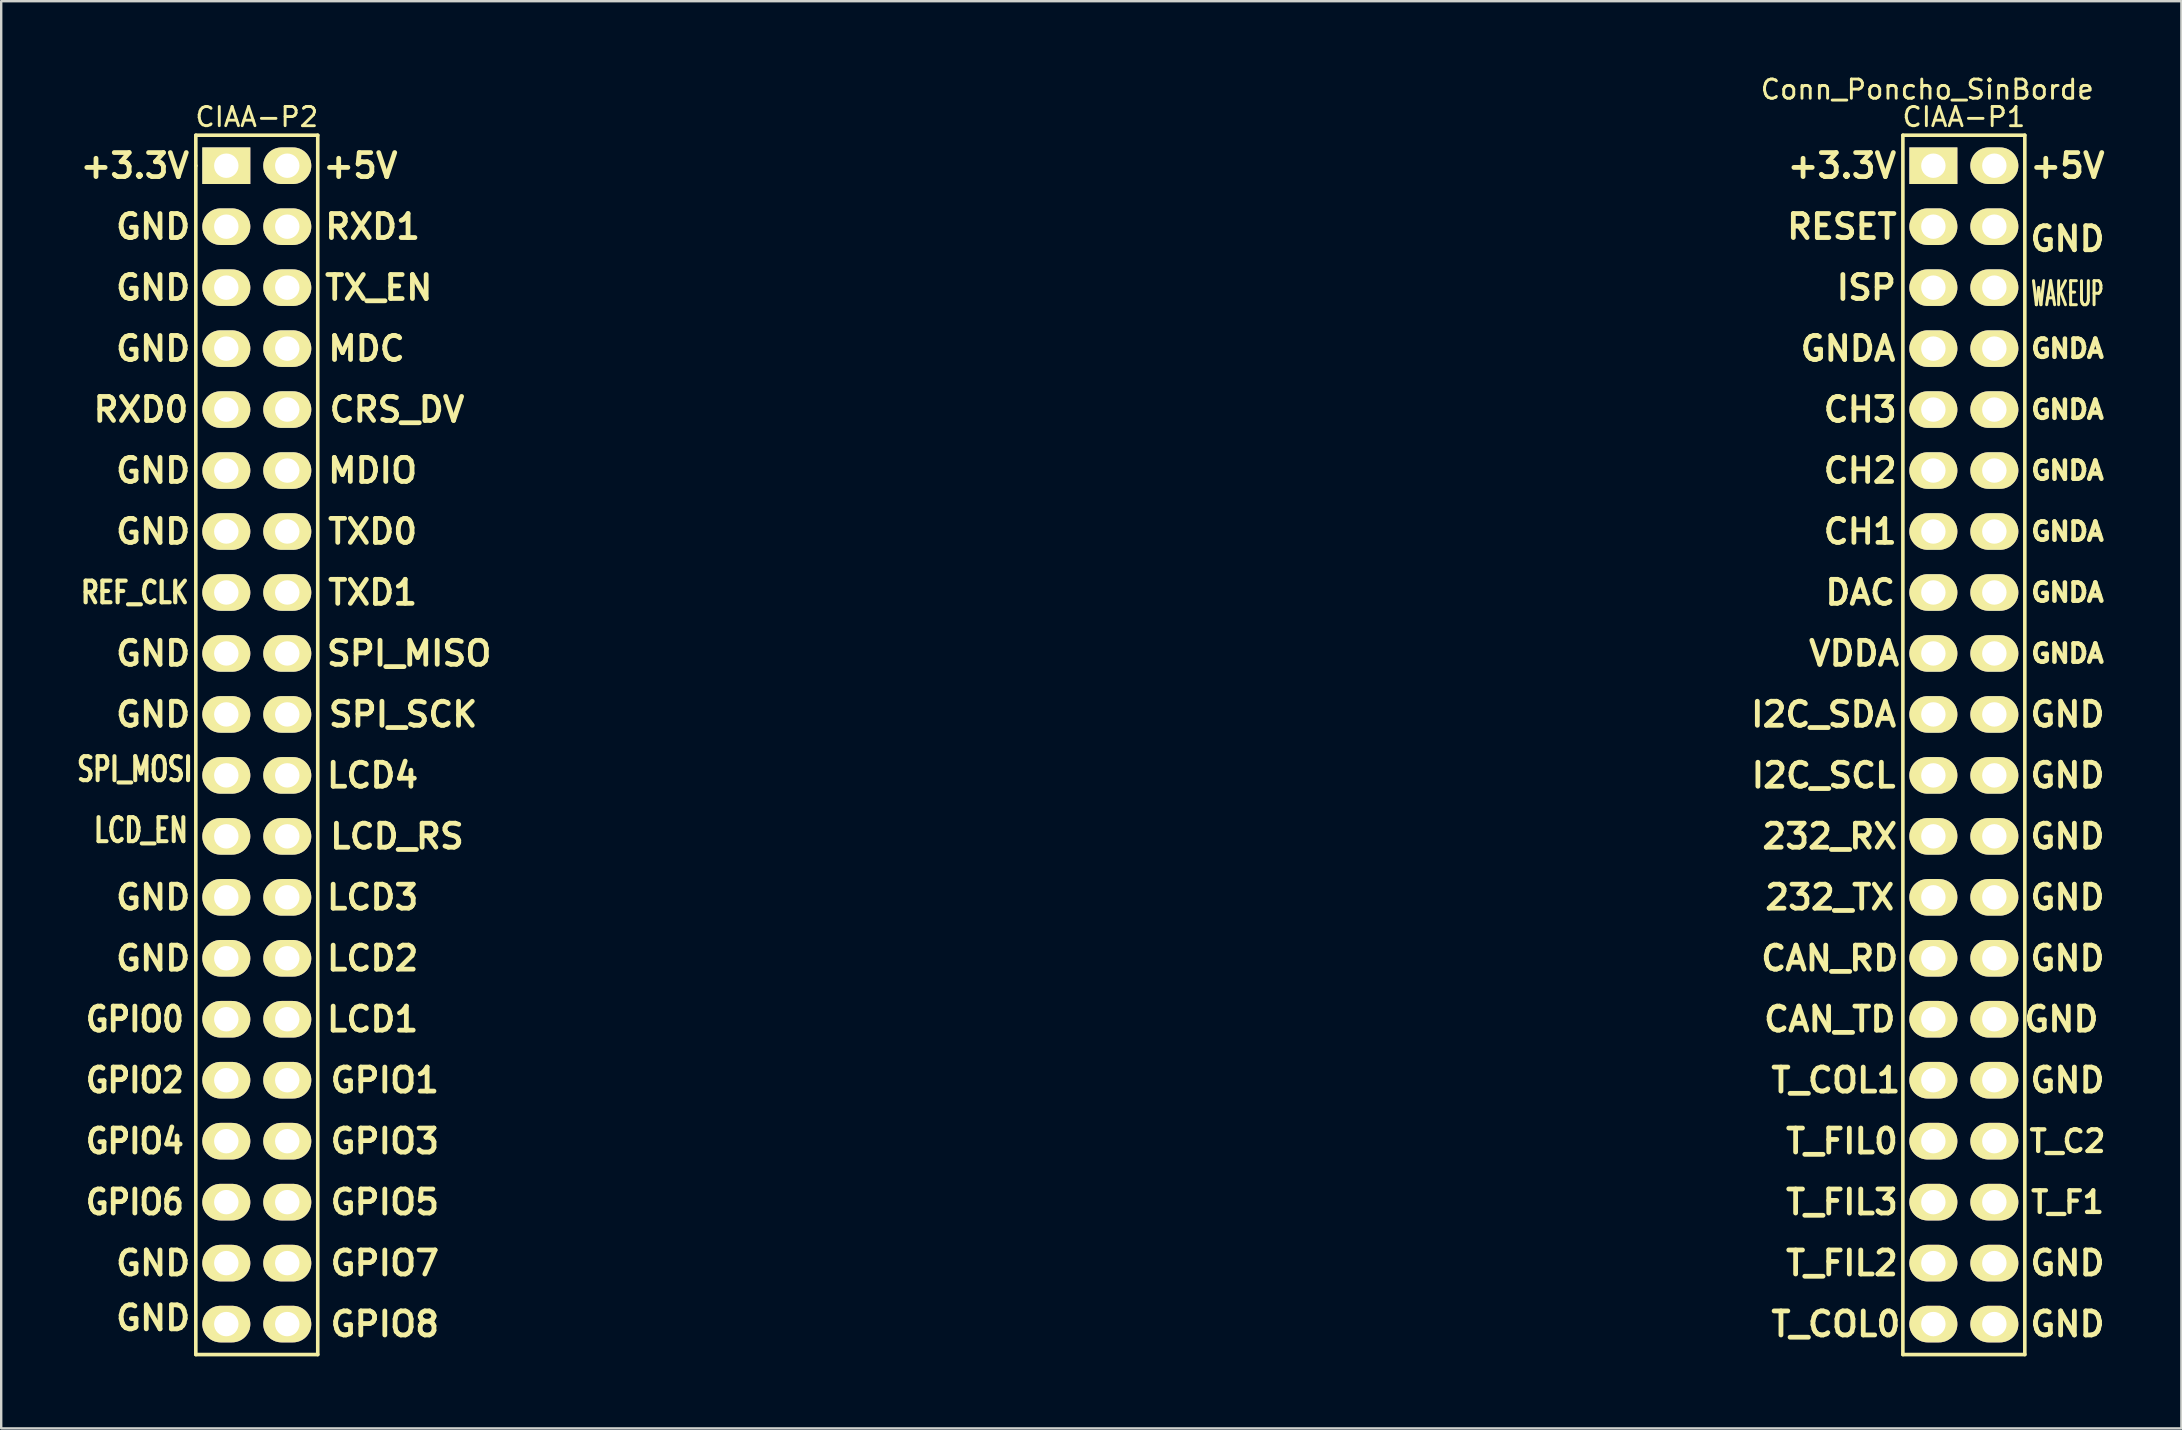
<source format=kicad_pcb>
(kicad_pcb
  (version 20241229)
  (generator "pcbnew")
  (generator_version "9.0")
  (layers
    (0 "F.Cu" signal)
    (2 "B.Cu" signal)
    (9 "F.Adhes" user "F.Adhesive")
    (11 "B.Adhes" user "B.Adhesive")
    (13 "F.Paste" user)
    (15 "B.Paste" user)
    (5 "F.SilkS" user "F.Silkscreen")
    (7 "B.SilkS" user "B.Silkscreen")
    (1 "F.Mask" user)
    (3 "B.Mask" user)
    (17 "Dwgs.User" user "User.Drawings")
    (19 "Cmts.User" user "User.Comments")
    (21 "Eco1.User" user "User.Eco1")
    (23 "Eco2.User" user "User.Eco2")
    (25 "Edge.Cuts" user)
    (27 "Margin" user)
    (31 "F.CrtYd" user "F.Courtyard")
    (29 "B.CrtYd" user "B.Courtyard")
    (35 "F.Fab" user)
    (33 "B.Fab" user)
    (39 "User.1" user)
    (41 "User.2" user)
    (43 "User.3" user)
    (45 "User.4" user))
  (footprint "Conn_Poncho_SinBorde"
    (layer "F.Cu")
    (at 77.498 3.854)
    (property "Reference" "Conn_Poncho_SinBorde" (at -0.254 -3.175 0) (layer "F.SilkS") (effects (font (size 0.8 0.8) (thickness 0.12))))
    (attr through_hole)
    (fp_line (start -72.39 -1.27) (end -67.31 -1.27) (stroke (width 0.15) (type solid)) (layer "F.SilkS"))
    (fp_line (start -72.39 0) (end -72.39 -1.27) (stroke (width 0.15) (type solid)) (layer "F.SilkS"))
    (fp_line (start -72.39 49.53) (end -72.39 0) (stroke (width 0.15) (type solid)) (layer "F.SilkS"))
    (fp_line (start -67.31 -1.27) (end -67.31 49.53) (stroke (width 0.15) (type solid)) (layer "F.SilkS"))
    (fp_line (start -67.31 49.53) (end -72.39 49.53) (stroke (width 0.15) (type solid)) (layer "F.SilkS"))
    (fp_line (start -1.27 49.53) (end -1.27 -1.27) (stroke (width 0.15) (type solid)) (layer "F.SilkS"))
    (fp_line (start 3.81 -1.27) (end -1.27 -1.27) (stroke (width 0.15) (type solid)) (layer "F.SilkS"))
    (fp_line (start 3.81 49.53) (end -1.27 49.53) (stroke (width 0.15) (type solid)) (layer "F.SilkS"))
    (fp_line (start 3.81 49.53) (end 3.81 -1.27) (stroke (width 0.15) (type solid)) (layer "F.SilkS"))
    (fp_text user "GPIO8" (at -64.516 48.26 0) (layer "F.SilkS") (effects (font (size 1 1) (thickness 0.2))))
    (fp_text user "GNDA" (at 5.588 20.32 0) (layer "F.SilkS") (effects (font (size 0.76 0.76) (thickness 0.19))))
    (fp_text user "GND" (at 5.588 3.048 0) (layer "F.SilkS") (effects (font (size 1 1) (thickness 0.2))))
    (fp_text user "+5V" (at 5.588 0 0) (layer "F.SilkS") (effects (font (size 1 1) (thickness 0.2))))
    (fp_text user "I2C_SCL" (at -4.572 25.4 0) (layer "F.SilkS") (effects (font (size 1 1) (thickness 0.2))))
    (fp_text user "GNDA" (at 5.588 7.62 0) (layer "F.SilkS") (effects (font (size 0.76 0.76) (thickness 0.19))))
    (fp_text user "GND" (at -74.168 22.86 0) (layer "F.SilkS") (effects (font (size 1 1) (thickness 0.2))))
    (fp_text user "GNDA" (at -3.556 7.62 0) (layer "F.SilkS") (effects (font (size 1 1) (thickness 0.2))))
    (fp_text user "RXD1" (at -65.024 2.54 0) (layer "F.SilkS") (effects (font (size 1 1) (thickness 0.2))))
    (fp_text user "CH2" (at -3.048 12.7 0) (layer "F.SilkS") (effects (font (size 1 1) (thickness 0.2))))
    (fp_text user "T_FIL3" (at -3.81 43.18 0) (layer "F.SilkS") (effects (font (size 1 1) (thickness 0.2))))
    (fp_text user "GND" (at -74.168 30.48 0) (layer "F.SilkS") (effects (font (size 1 1) (thickness 0.2))))
    (fp_text user "T_C2" (at 5.588 40.64 0) (layer "F.SilkS") (effects (font (size 0.9 0.9) (thickness 0.18))))
    (fp_text user "LCD_RS" (at -64.008 27.94 0) (layer "F.SilkS") (effects (font (size 1 1) (thickness 0.2))))
    (fp_text user "GPIO2" (at -74.93 38.1 0) (layer "F.SilkS") (effects (font (size 1 0.9) (thickness 0.2))))
    (fp_text user "+3.3V" (at -3.81 0 0) (layer "F.SilkS") (effects (font (size 1 1) (thickness 0.2))))
    (fp_text user "MDIO" (at -65.024 12.7 0) (layer "F.SilkS") (effects (font (size 1 1) (thickness 0.2))))
    (fp_text user "LCD2" (at -65.024 33.02 0) (layer "F.SilkS") (effects (font (size 1 1) (thickness 0.2))))
    (fp_text user "CIAA-P1" (at 1.27 -2.032 0) (layer "F.SilkS") (effects (font (size 0.8 0.8) (thickness 0.12))))
    (fp_text user "GND" (at -74.168 7.62 0) (layer "F.SilkS") (effects (font (size 1 1) (thickness 0.2))))
    (fp_text user "GND" (at 5.588 30.48 0) (layer "F.SilkS") (effects (font (size 1 1) (thickness 0.2))))
    (fp_text user "TXD0" (at -65.024 15.24 0) (layer "F.SilkS") (effects (font (size 1 1) (thickness 0.2))))
    (fp_text user "SPI_SCK" (at -63.754 22.86 0) (layer "F.SilkS") (effects (font (size 1 1) (thickness 0.2))))
    (fp_text user "WAKEUP" (at 5.588 5.334 0) (layer "F.SilkS") (effects (font (size 1 0.5) (thickness 0.125))))
    (fp_text user "232_TX" (at -4.318 30.48 0) (layer "F.SilkS") (effects (font (size 1 1) (thickness 0.2))))
    (fp_text user "232_RX" (at -4.318 27.94 0) (layer "F.SilkS") (effects (font (size 1 1) (thickness 0.2))))
    (fp_text user "GND" (at -74.168 5.08 0) (layer "F.SilkS") (effects (font (size 1 1) (thickness 0.2))))
    (fp_text user "I2C_SDA" (at -4.572 22.86 0) (layer "F.SilkS") (effects (font (size 1 1) (thickness 0.2))))
    (fp_text user "T_COL1" (at -4.064 38.1 0) (layer "F.SilkS") (effects (font (size 1 1) (thickness 0.2))))
    (fp_text user "GND" (at 5.334 35.56 0) (layer "F.SilkS") (effects (font (size 1 1) (thickness 0.2))))
    (fp_text user "GPIO5" (at -64.516 43.18 0) (layer "F.SilkS") (effects (font (size 1 1) (thickness 0.2))))
    (fp_text user "T_F1" (at 5.588 43.18 0) (layer "F.SilkS") (effects (font (size 0.9 0.9) (thickness 0.18))))
    (fp_text user "GPIO7" (at -64.516 45.72 0) (layer "F.SilkS") (effects (font (size 1 1) (thickness 0.2))))
    (fp_text user "+3.3V" (at -74.93 0 0) (layer "F.SilkS") (effects (font (size 1 1) (thickness 0.2))))
    (fp_text user "REF_CLK" (at -74.93 17.78 0) (layer "F.SilkS") (effects (font (size 0.9 0.7) (thickness 0.175))))
    (fp_text user "GPIO1" (at -64.516 38.1 0) (layer "F.SilkS") (effects (font (size 1 1) (thickness 0.2))))
    (fp_text user "CH3" (at -3.048 10.16 0) (layer "F.SilkS") (effects (font (size 1 1) (thickness 0.2))))
    (fp_text user "GND" (at -74.168 15.24 0) (layer "F.SilkS") (effects (font (size 1 1) (thickness 0.2))))
    (fp_text user "GNDA" (at 5.588 10.16 0) (layer "F.SilkS") (effects (font (size 0.76 0.76) (thickness 0.19))))
    (fp_text user "GND" (at 5.588 22.86 0) (layer "F.SilkS") (effects (font (size 1 1) (thickness 0.2))))
    (fp_text user "T_FIL2" (at -3.81 45.72 0) (layer "F.SilkS") (effects (font (size 1 1) (thickness 0.2))))
    (fp_text user "TXD1" (at -65.024 17.78 0) (layer "F.SilkS") (effects (font (size 1 1) (thickness 0.2))))
    (fp_text user "CIAA-P2" (at -69.85 -2.032 0) (layer "F.SilkS") (effects (font (size 0.8 0.8) (thickness 0.12))))
    (fp_text user "ISP" (at -2.794 5.08 0) (layer "F.SilkS") (effects (font (size 1 1) (thickness 0.2))))
    (fp_text user "GPIO0" (at -74.93 35.56 0) (layer "F.SilkS") (effects (font (size 1 0.9) (thickness 0.2))))
    (fp_text user "GND" (at -74.168 33.02 0) (layer "F.SilkS") (effects (font (size 1 1) (thickness 0.2))))
    (fp_text user "VDDA" (at -3.302 20.32 0) (layer "F.SilkS") (effects (font (size 1 1) (thickness 0.2))))
    (fp_text user "GND" (at -74.168 45.72 0) (layer "F.SilkS") (effects (font (size 1 1) (thickness 0.2))))
    (fp_text user "GND" (at 5.588 25.4 0) (layer "F.SilkS") (effects (font (size 1 1) (thickness 0.2))))
    (fp_text user "DAC" (at -3.048 17.78 0) (layer "F.SilkS") (effects (font (size 1 1) (thickness 0.2))))
    (fp_text user "LCD1" (at -65.024 35.56 0) (layer "F.SilkS") (effects (font (size 1 1) (thickness 0.2))))
    (fp_text user "GND" (at -74.168 2.54 0) (layer "F.SilkS") (effects (font (size 1 1) (thickness 0.2))))
    (fp_text user "GND" (at -74.168 48.006 0) (layer "F.SilkS") (effects (font (size 1 1) (thickness 0.2))))
    (fp_text user "GPIO4" (at -74.93 40.64 0) (layer "F.SilkS") (effects (font (size 1 0.9) (thickness 0.2))))
    (fp_text user "CAN_TD" (at -4.318 35.56 0) (layer "F.SilkS") (effects (font (size 1 1) (thickness 0.2))))
    (fp_text user "GPIO3" (at -64.516 40.64 0) (layer "F.SilkS") (effects (font (size 1 1) (thickness 0.2))))
    (fp_text user "CAN_RD" (at -4.318 33.02 0) (layer "F.SilkS") (effects (font (size 1 1) (thickness 0.2))))
    (fp_text user "GNDA" (at 5.588 17.78 0) (layer "F.SilkS") (effects (font (size 0.76 0.76) (thickness 0.19))))
    (fp_text user "SPI_MOSI" (at -74.93 25.146 0) (layer "F.SilkS") (effects (font (size 1 0.7) (thickness 0.17))))
    (fp_text user "T_COL0" (at -4.064 48.26 0) (layer "F.SilkS") (effects (font (size 1 1) (thickness 0.2))))
    (fp_text user "GND" (at -74.168 12.7 0) (layer "F.SilkS") (effects (font (size 1 1) (thickness 0.2))))
    (fp_text user "RESET" (at -3.81 2.54 0) (layer "F.SilkS") (effects (font (size 1 1) (thickness 0.2))))
    (fp_text user "LCD3" (at -65.024 30.48 0) (layer "F.SilkS") (effects (font (size 1 1) (thickness 0.2))))
    (fp_text user "CH1" (at -3.048 15.24 0) (layer "F.SilkS") (effects (font (size 1 1) (thickness 0.2))))
    (fp_text user "GND" (at -74.168 20.32 0) (layer "F.SilkS") (effects (font (size 1 1) (thickness 0.2))))
    (fp_text user "T_FIL0" (at -3.81 40.64 0) (layer "F.SilkS") (effects (font (size 1 1) (thickness 0.2))))
    (fp_text user "+5V" (at -65.532 0 0) (layer "F.SilkS") (effects (font (size 1 1) (thickness 0.2))))
    (fp_text user "LCD_EN" (at -74.676 27.686 0) (layer "F.SilkS") (effects (font (size 1 0.7) (thickness 0.17))))
    (fp_text user "TX_EN" (at -64.77 5.08 0) (layer "F.SilkS") (effects (font (size 1 1) (thickness 0.2))))
    (fp_text user "GND" (at 5.588 33.02 0) (layer "F.SilkS") (effects (font (size 1 1) (thickness 0.2))))
    (fp_text user "LCD4" (at -65.024 25.4 0) (layer "F.SilkS") (effects (font (size 1 1) (thickness 0.2))))
    (fp_text user "SPI_MISO" (at -63.5 20.32 0) (layer "F.SilkS") (effects (font (size 1 1) (thickness 0.2))))
    (fp_text user "GND" (at 5.588 48.26 0) (layer "F.SilkS") (effects (font (size 1 1) (thickness 0.2))))
    (fp_text user "GNDA" (at 5.588 15.24 0) (layer "F.SilkS") (effects (font (size 0.76 0.76) (thickness 0.19))))
    (fp_text user "RXD0" (at -74.676 10.16 0) (layer "F.SilkS") (effects (font (size 1 1) (thickness 0.2))))
    (fp_text user "GPIO6" (at -74.93 43.18 0) (layer "F.SilkS") (effects (font (size 1 0.9) (thickness 0.2))))
    (fp_text user "GND" (at 5.588 38.1 0) (layer "F.SilkS") (effects (font (size 1 1) (thickness 0.2))))
    (fp_text user "CRS_DV" (at -64.008 10.16 0) (layer "F.SilkS") (effects (font (size 1 1) (thickness 0.2))))
    (fp_text user "GNDA" (at 5.588 12.7 0) (layer "F.SilkS") (effects (font (size 0.76 0.76) (thickness 0.19))))
    (fp_text user "GND" (at 5.588 27.94 0) (layer "F.SilkS") (effects (font (size 1 1) (thickness 0.2))))
    (fp_text user "GND" (at 5.588 45.72 0) (layer "F.SilkS") (effects (font (size 1 1) (thickness 0.2))))
    (fp_text user "MDC" (at -65.278 7.62 0) (layer "F.SilkS") (effects (font (size 1 1) (thickness 0.2))))
    (pad "1" thru_hole rect (at 0 0 270) (size 1.524 2) (drill 1.016) (layers "*.Cu" "*.Mask" "F.SilkS"))
    (pad "2" thru_hole oval (at 2.54 0 270) (size 1.524 2) (drill 1.016) (layers "*.Cu" "*.Mask" "F.SilkS"))
    (pad "3" thru_hole oval (at 0 2.54 270) (size 1.524 2) (drill 1.016) (layers "*.Cu" "*.Mask" "F.SilkS"))
    (pad "4" thru_hole oval (at 2.54 2.54 270) (size 1.524 2) (drill 1.016) (layers "*.Cu" "*.Mask" "F.SilkS"))
    (pad "5" thru_hole oval (at 0 5.08 270) (size 1.524 2) (drill 1.016) (layers "*.Cu" "*.Mask" "F.SilkS"))
    (pad "6" thru_hole oval (at 2.54 5.08 270) (size 1.524 2) (drill 1.016) (layers "*.Cu" "*.Mask" "F.SilkS"))
    (pad "7" thru_hole oval (at 0 7.62 270) (size 1.524 2) (drill 1.016) (layers "*.Cu" "*.Mask" "F.SilkS"))
    (pad "8" thru_hole oval (at 2.54 7.62 270) (size 1.524 2) (drill 1.016) (layers "*.Cu" "*.Mask" "F.SilkS"))
    (pad "9" thru_hole oval (at 0 10.16 270) (size 1.524 2) (drill 1.016) (layers "*.Cu" "*.Mask" "F.SilkS"))
    (pad "10" thru_hole oval (at 2.54 10.16 270) (size 1.524 2) (drill 1.016) (layers "*.Cu" "*.Mask" "F.SilkS"))
    (pad "11" thru_hole oval (at 0 12.7 270) (size 1.524 2) (drill 1.016) (layers "*.Cu" "*.Mask" "F.SilkS"))
    (pad "12" thru_hole oval (at 2.54 12.7 270) (size 1.524 2) (drill 1.016) (layers "*.Cu" "*.Mask" "F.SilkS"))
    (pad "13" thru_hole oval (at 0 15.24 270) (size 1.524 2) (drill 1.016) (layers "*.Cu" "*.Mask" "F.SilkS"))
    (pad "14" thru_hole oval (at 2.54 15.24 270) (size 1.524 2) (drill 1.016) (layers "*.Cu" "*.Mask" "F.SilkS"))
    (pad "15" thru_hole oval (at 0 17.78 270) (size 1.524 2) (drill 1.016) (layers "*.Cu" "*.Mask" "F.SilkS"))
    (pad "16" thru_hole oval (at 2.54 17.78 270) (size 1.524 2) (drill 1.016) (layers "*.Cu" "*.Mask" "F.SilkS"))
    (pad "17" thru_hole oval (at 0 20.32 270) (size 1.524 2) (drill 1.016) (layers "*.Cu" "*.Mask" "F.SilkS"))
    (pad "18" thru_hole oval (at 2.54 20.32 270) (size 1.524 2) (drill 1.016) (layers "*.Cu" "*.Mask" "F.SilkS"))
    (pad "19" thru_hole oval (at 0 22.86 270) (size 1.524 2) (drill 1.016) (layers "*.Cu" "*.Mask" "F.SilkS"))
    (pad "20" thru_hole oval (at 2.54 22.86 270) (size 1.524 2) (drill 1.016) (layers "*.Cu" "*.Mask" "F.SilkS"))
    (pad "21" thru_hole oval (at 0 25.4 270) (size 1.524 2) (drill 1.016) (layers "*.Cu" "*.Mask" "F.SilkS"))
    (pad "22" thru_hole oval (at 2.54 25.4 270) (size 1.524 2) (drill 1.016) (layers "*.Cu" "*.Mask" "F.SilkS"))
    (pad "23" thru_hole oval (at 0 27.94 270) (size 1.524 2) (drill 1.016) (layers "*.Cu" "*.Mask" "F.SilkS"))
    (pad "24" thru_hole oval (at 2.54 27.94 270) (size 1.524 2) (drill 1.016) (layers "*.Cu" "*.Mask" "F.SilkS"))
    (pad "25" thru_hole oval (at 0 30.48 270) (size 1.524 2) (drill 1.016) (layers "*.Cu" "*.Mask" "F.SilkS"))
    (pad "26" thru_hole oval (at 2.54 30.48 270) (size 1.524 2) (drill 1.016) (layers "*.Cu" "*.Mask" "F.SilkS"))
    (pad "27" thru_hole oval (at 0 33.02 270) (size 1.524 2) (drill 1.016) (layers "*.Cu" "*.Mask" "F.SilkS"))
    (pad "28" thru_hole oval (at 2.54 33.02 270) (size 1.524 2) (drill 1.016) (layers "*.Cu" "*.Mask" "F.SilkS"))
    (pad "29" thru_hole oval (at 0 35.56 270) (size 1.524 2) (drill 1.016) (layers "*.Cu" "*.Mask" "F.SilkS"))
    (pad "30" thru_hole oval (at 2.54 35.56 270) (size 1.524 2) (drill 1.016) (layers "*.Cu" "*.Mask" "F.SilkS"))
    (pad "31" thru_hole oval (at 0 38.1 270) (size 1.524 2) (drill 1.016) (layers "*.Cu" "*.Mask" "F.SilkS"))
    (pad "32" thru_hole oval (at 2.54 38.1 270) (size 1.524 2) (drill 1.016) (layers "*.Cu" "*.Mask" "F.SilkS"))
    (pad "33" thru_hole oval (at 0 40.64 270) (size 1.524 2) (drill 1.016) (layers "*.Cu" "*.Mask" "F.SilkS"))
    (pad "34" thru_hole oval (at 2.54 40.64 270) (size 1.524 2) (drill 1.016) (layers "*.Cu" "*.Mask" "F.SilkS"))
    (pad "35" thru_hole oval (at 0 43.18 270) (size 1.524 2) (drill 1.016) (layers "*.Cu" "*.Mask" "F.SilkS"))
    (pad "36" thru_hole oval (at 2.54 43.18 270) (size 1.524 2) (drill 1.016) (layers "*.Cu" "*.Mask" "F.SilkS"))
    (pad "37" thru_hole oval (at 0 45.72 270) (size 1.524 2) (drill 1.016) (layers "*.Cu" "*.Mask" "F.SilkS"))
    (pad "38" thru_hole oval (at 2.54 45.72 270) (size 1.524 2) (drill 1.016) (layers "*.Cu" "*.Mask" "F.SilkS"))
    (pad "39" thru_hole oval (at 0 48.26 270) (size 1.524 2) (drill 1.016) (layers "*.Cu" "*.Mask" "F.SilkS"))
    (pad "40" thru_hole oval (at 2.54 48.26 270) (size 1.524 2) (drill 1.016) (layers "*.Cu" "*.Mask" "F.SilkS"))
    (pad "41" thru_hole rect (at -71.12 0 270) (size 1.524 2) (drill 1.016) (layers "*.Cu" "*.Mask" "F.SilkS"))
    (pad "42" thru_hole oval (at -68.58 0 270) (size 1.524 2) (drill 1.016) (layers "*.Cu" "*.Mask" "F.SilkS"))
    (pad "43" thru_hole oval (at -71.12 2.54 270) (size 1.524 2) (drill 1.016) (layers "*.Cu" "*.Mask" "F.SilkS"))
    (pad "44" thru_hole oval (at -68.58 2.54 270) (size 1.524 2) (drill 1.016) (layers "*.Cu" "*.Mask" "F.SilkS"))
    (pad "45" thru_hole oval (at -71.12 5.08 270) (size 1.524 2) (drill 1.016) (layers "*.Cu" "*.Mask" "F.SilkS"))
    (pad "46" thru_hole oval (at -68.58 5.08 270) (size 1.524 2) (drill 1.016) (layers "*.Cu" "*.Mask" "F.SilkS"))
    (pad "47" thru_hole oval (at -71.12 7.62 270) (size 1.524 2) (drill 1.016) (layers "*.Cu" "*.Mask" "F.SilkS"))
    (pad "48" thru_hole oval (at -68.58 7.62 270) (size 1.524 2) (drill 1.016) (layers "*.Cu" "*.Mask" "F.SilkS"))
    (pad "49" thru_hole oval (at -71.12 10.16 270) (size 1.524 2) (drill 1.016) (layers "*.Cu" "*.Mask" "F.SilkS"))
    (pad "50" thru_hole oval (at -68.58 10.16 270) (size 1.524 2) (drill 1.016) (layers "*.Cu" "*.Mask" "F.SilkS"))
    (pad "51" thru_hole oval (at -71.12 12.7 270) (size 1.524 2) (drill 1.016) (layers "*.Cu" "*.Mask" "F.SilkS"))
    (pad "52" thru_hole oval (at -68.58 12.7 270) (size 1.524 2) (drill 1.016) (layers "*.Cu" "*.Mask" "F.SilkS"))
    (pad "53" thru_hole oval (at -71.12 15.24 270) (size 1.524 2) (drill 1.016) (layers "*.Cu" "*.Mask" "F.SilkS"))
    (pad "54" thru_hole oval (at -68.58 15.24 270) (size 1.524 2) (drill 1.016) (layers "*.Cu" "*.Mask" "F.SilkS"))
    (pad "55" thru_hole oval (at -71.12 17.78 270) (size 1.524 2) (drill 1.016) (layers "*.Cu" "*.Mask" "F.SilkS"))
    (pad "56" thru_hole oval (at -68.58 17.78 270) (size 1.524 2) (drill 1.016) (layers "*.Cu" "*.Mask" "F.SilkS"))
    (pad "57" thru_hole oval (at -71.12 20.32 270) (size 1.524 2) (drill 1.016) (layers "*.Cu" "*.Mask" "F.SilkS"))
    (pad "58" thru_hole oval (at -68.58 20.32 270) (size 1.524 2) (drill 1.016) (layers "*.Cu" "*.Mask" "F.SilkS"))
    (pad "59" thru_hole oval (at -71.12 22.86 270) (size 1.524 2) (drill 1.016) (layers "*.Cu" "*.Mask" "F.SilkS"))
    (pad "60" thru_hole oval (at -68.58 22.86 270) (size 1.524 2) (drill 1.016) (layers "*.Cu" "*.Mask" "F.SilkS"))
    (pad "61" thru_hole oval (at -71.12 25.4 270) (size 1.524 2) (drill 1.016) (layers "*.Cu" "*.Mask" "F.SilkS"))
    (pad "62" thru_hole oval (at -68.58 25.4 270) (size 1.524 2) (drill 1.016) (layers "*.Cu" "*.Mask" "F.SilkS"))
    (pad "63" thru_hole oval (at -71.12 27.94 270) (size 1.524 2) (drill 1.016) (layers "*.Cu" "*.Mask" "F.SilkS"))
    (pad "64" thru_hole oval (at -68.58 27.94 270) (size 1.524 2) (drill 1.016) (layers "*.Cu" "*.Mask" "F.SilkS"))
    (pad "65" thru_hole oval (at -71.12 30.48 270) (size 1.524 2) (drill 1.016) (layers "*.Cu" "*.Mask" "F.SilkS"))
    (pad "66" thru_hole oval (at -68.58 30.48 270) (size 1.524 2) (drill 1.016) (layers "*.Cu" "*.Mask" "F.SilkS"))
    (pad "67" thru_hole oval (at -71.12 33.02 270) (size 1.524 2) (drill 1.016) (layers "*.Cu" "*.Mask" "F.SilkS"))
    (pad "68" thru_hole oval (at -68.58 33.02 270) (size 1.524 2) (drill 1.016) (layers "*.Cu" "*.Mask" "F.SilkS"))
    (pad "69" thru_hole oval (at -71.12 35.56 270) (size 1.524 2) (drill 1.016) (layers "*.Cu" "*.Mask" "F.SilkS"))
    (pad "70" thru_hole oval (at -68.58 35.56 270) (size 1.524 2) (drill 1.016) (layers "*.Cu" "*.Mask" "F.SilkS"))
    (pad "71" thru_hole oval (at -71.12 38.1 270) (size 1.524 2) (drill 1.016) (layers "*.Cu" "*.Mask" "F.SilkS"))
    (pad "72" thru_hole oval (at -68.58 38.1 270) (size 1.524 2) (drill 1.016) (layers "*.Cu" "*.Mask" "F.SilkS"))
    (pad "73" thru_hole oval (at -71.12 40.64 270) (size 1.524 2) (drill 1.016) (layers "*.Cu" "*.Mask" "F.SilkS"))
    (pad "74" thru_hole oval (at -68.58 40.64 270) (size 1.524 2) (drill 1.016) (layers "*.Cu" "*.Mask" "F.SilkS"))
    (pad "75" thru_hole oval (at -71.12 43.18 270) (size 1.524 2) (drill 1.016) (layers "*.Cu" "*.Mask" "F.SilkS"))
    (pad "76" thru_hole oval (at -68.58 43.18 270) (size 1.524 2) (drill 1.016) (layers "*.Cu" "*.Mask" "F.SilkS"))
    (pad "77" thru_hole oval (at -71.12 45.72 270) (size 1.524 2) (drill 1.016) (layers "*.Cu" "*.Mask" "F.SilkS"))
    (pad "78" thru_hole oval (at -68.58 45.72 270) (size 1.524 2) (drill 1.016) (layers "*.Cu" "*.Mask" "F.SilkS"))
    (pad "79" thru_hole oval (at -71.12 48.26 270) (size 1.524 2) (drill 1.016) (layers "*.Cu" "*.Mask" "F.SilkS"))
    (pad "80" thru_hole oval (at -68.58 48.26 270) (size 1.524 2) (drill 1.016) (layers "*.Cu" "*.Mask" "F.SilkS")))
  (gr_rect
    (start -3 -3)
    (end 87.831 56.459)
    (stroke (width 0.1) (type default))
    (fill no)
    (layer "Edge.Cuts")))
</source>
